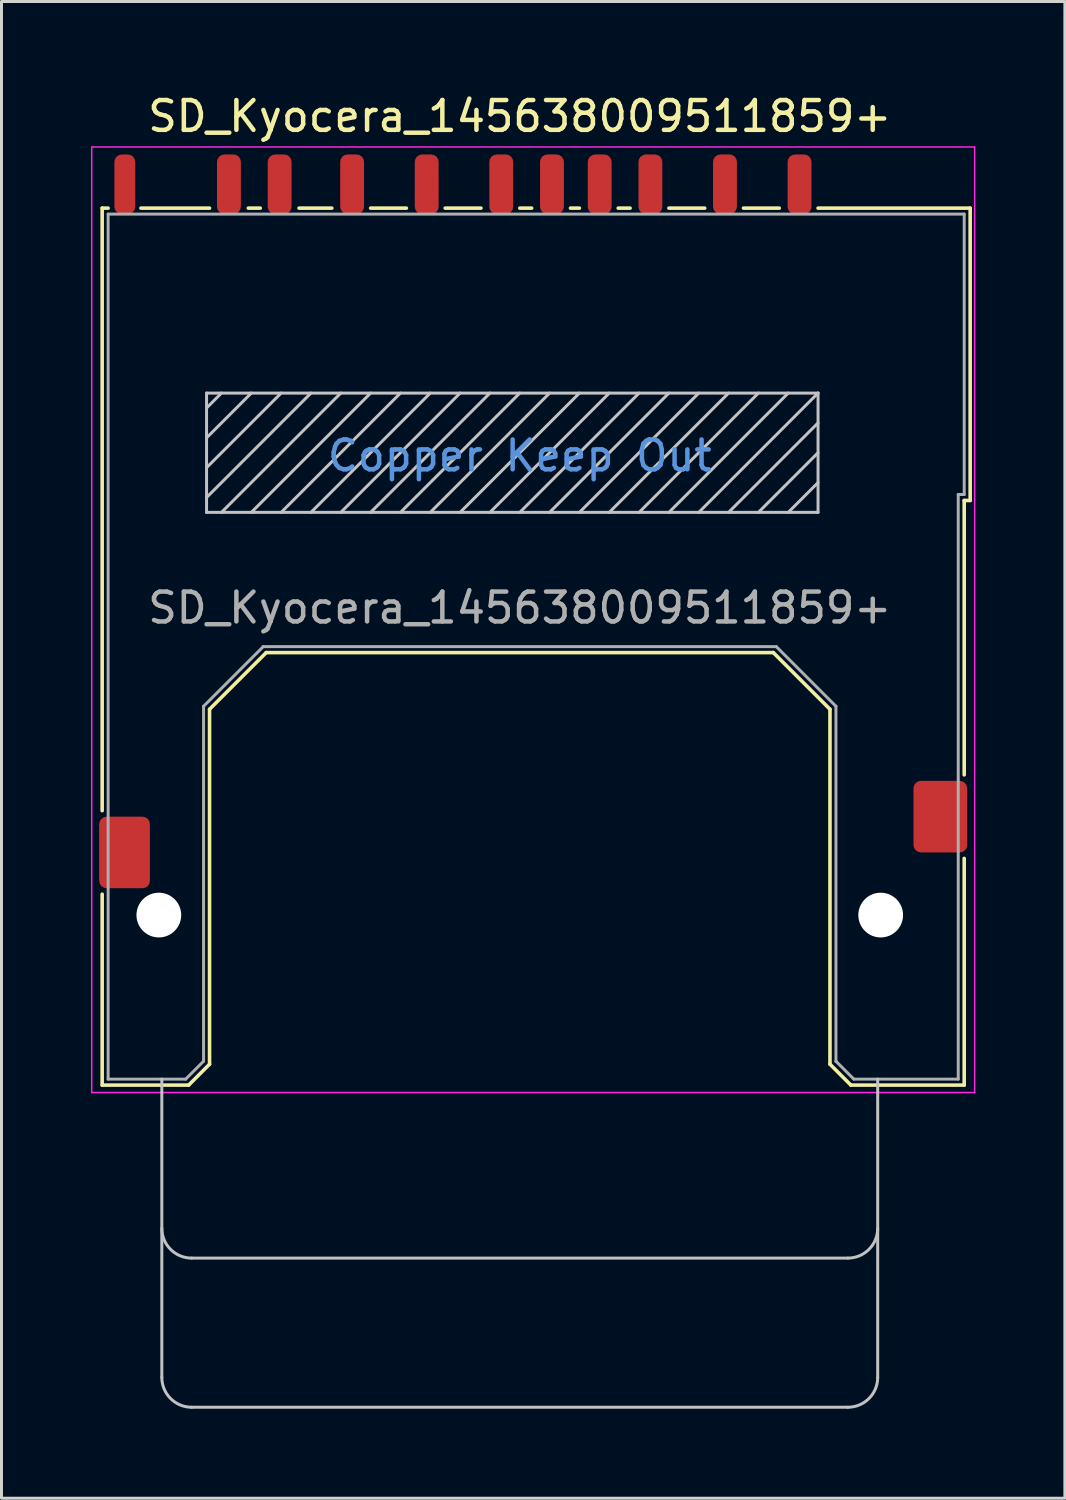
<source format=kicad_pcb>
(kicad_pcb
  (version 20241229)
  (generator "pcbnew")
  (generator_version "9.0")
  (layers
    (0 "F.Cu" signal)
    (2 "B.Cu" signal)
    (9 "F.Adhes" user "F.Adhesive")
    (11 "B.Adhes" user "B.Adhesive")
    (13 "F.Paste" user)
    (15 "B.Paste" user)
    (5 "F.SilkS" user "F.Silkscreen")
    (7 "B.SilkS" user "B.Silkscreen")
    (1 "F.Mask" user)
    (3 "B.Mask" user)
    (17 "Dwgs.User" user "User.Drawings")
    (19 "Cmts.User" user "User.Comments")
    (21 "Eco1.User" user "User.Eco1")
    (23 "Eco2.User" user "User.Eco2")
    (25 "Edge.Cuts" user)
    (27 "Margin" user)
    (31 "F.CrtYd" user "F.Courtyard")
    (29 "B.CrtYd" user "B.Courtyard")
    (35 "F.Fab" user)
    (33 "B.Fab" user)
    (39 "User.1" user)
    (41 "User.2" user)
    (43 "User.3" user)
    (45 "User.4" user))
  (footprint "SD_Kyocera_145638009511859+"
    (layer "F.Cu")
    (at 14.375 15.628)
    (property "Reference" "SD_Kyocera_145638009511859+" (at 0 -14.78 180) (layer "F.SilkS") (effects (font (size 1 1) (thickness 0.15))))
    (attr smd)
    (fp_line (start -14 -11.7) (end -14 8.5) (stroke (width 0.12) (type solid)) (layer "F.SilkS"))
    (fp_line (start -14 11.3) (end -14 17.7) (stroke (width 0.12) (type solid)) (layer "F.SilkS"))
    (fp_line (start -14 17.7) (end -11.1 17.7) (stroke (width 0.12) (type solid)) (layer "F.SilkS"))
    (fp_line (start -13.8 -11.7) (end -14 -11.7) (stroke (width 0.12) (type solid)) (layer "F.SilkS"))
    (fp_line (start -10.4 -11.7) (end -12.7 -11.7) (stroke (width 0.12) (type solid)) (layer "F.SilkS"))
    (fp_line (start -10.4 17) (end -11.1 17.7) (stroke (width 0.12) (type solid)) (layer "F.SilkS"))
    (fp_line (start -10.4 17) (end -10.4 5.1) (stroke (width 0.12) (type solid)) (layer "F.SilkS"))
    (fp_line (start -8.7 -11.7) (end -9.1 -11.7) (stroke (width 0.12) (type solid)) (layer "F.SilkS"))
    (fp_line (start -8.5 3.2) (end -10.4 5.1) (stroke (width 0.12) (type solid)) (layer "F.SilkS"))
    (fp_line (start -8.5 3.2) (end 8.5 3.2) (stroke (width 0.12) (type solid)) (layer "F.SilkS"))
    (fp_line (start -6.3 -11.7) (end -7.4 -11.7) (stroke (width 0.12) (type solid)) (layer "F.SilkS"))
    (fp_line (start -3.8 -11.7) (end -5 -11.7) (stroke (width 0.12) (type solid)) (layer "F.SilkS"))
    (fp_line (start -1.3 -11.7) (end -2.5 -11.7) (stroke (width 0.12) (type solid)) (layer "F.SilkS"))
    (fp_line (start 0.4 -11.7) (end 0 -11.7) (stroke (width 0.12) (type solid)) (layer "F.SilkS"))
    (fp_line (start 2 -11.7) (end 1.7 -11.7) (stroke (width 0.12) (type solid)) (layer "F.SilkS"))
    (fp_line (start 3.7 -11.7) (end 3.3 -11.7) (stroke (width 0.12) (type solid)) (layer "F.SilkS"))
    (fp_line (start 6.2 -11.7) (end 5 -11.7) (stroke (width 0.12) (type solid)) (layer "F.SilkS"))
    (fp_line (start 8.5 3.2) (end 10.4 5.1) (stroke (width 0.12) (type solid)) (layer "F.SilkS"))
    (fp_line (start 8.7 -11.7) (end 7.5 -11.7) (stroke (width 0.12) (type solid)) (layer "F.SilkS"))
    (fp_line (start 10.4 17) (end 10.4 5.1) (stroke (width 0.12) (type solid)) (layer "F.SilkS"))
    (fp_line (start 10.4 17) (end 11.1 17.7) (stroke (width 0.12) (type solid)) (layer "F.SilkS"))
    (fp_line (start 14.9 -1.9) (end 14.9 7.3) (stroke (width 0.12) (type solid)) (layer "F.SilkS"))
    (fp_line (start 14.9 -1.9) (end 15.1 -1.9) (stroke (width 0.12) (type solid)) (layer "F.SilkS"))
    (fp_line (start 14.9 10.1) (end 14.9 17.7) (stroke (width 0.12) (type solid)) (layer "F.SilkS"))
    (fp_line (start 14.9 17.7) (end 11.1 17.7) (stroke (width 0.12) (type solid)) (layer "F.SilkS"))
    (fp_line (start 15.1 -11.7) (end 10 -11.7) (stroke (width 0.12) (type solid)) (layer "F.SilkS"))
    (fp_line (start 15.1 -1.9) (end 15.1 -11.7) (stroke (width 0.12) (type solid)) (layer "F.SilkS"))
    (fp_line (start -12 17.5) (end -12 27.5) (stroke (width 0.1) (type solid)) (layer "Dwgs.User"))
    (fp_line (start -11 23.5) (end 11 23.5) (stroke (width 0.1) (type solid)) (layer "Dwgs.User"))
    (fp_line (start -11 28.5) (end 11 28.5) (stroke (width 0.1) (type solid)) (layer "Dwgs.User"))
    (fp_line (start -10.5 -5.5) (end 10 -5.5) (stroke (width 0.1) (type solid)) (layer "Dwgs.User"))
    (fp_line (start -10.5 -1.5) (end -10.5 -5.5) (stroke (width 0.1) (type solid)) (layer "Dwgs.User"))
    (fp_line (start -10 -5.5) (end -10.5 -5) (stroke (width 0.1) (type solid)) (layer "Dwgs.User"))
    (fp_line (start -9 -5.5) (end -10.5 -4) (stroke (width 0.1) (type solid)) (layer "Dwgs.User"))
    (fp_line (start -8 -5.5) (end -10.5 -3) (stroke (width 0.1) (type solid)) (layer "Dwgs.User"))
    (fp_line (start -7 -5.5) (end -10.5 -2) (stroke (width 0.1) (type solid)) (layer "Dwgs.User"))
    (fp_line (start -6 -5.5) (end -10 -1.5) (stroke (width 0.1) (type solid)) (layer "Dwgs.User"))
    (fp_line (start -5 -5.5) (end -9 -1.5) (stroke (width 0.1) (type solid)) (layer "Dwgs.User"))
    (fp_line (start -4 -5.5) (end -8 -1.5) (stroke (width 0.1) (type solid)) (layer "Dwgs.User"))
    (fp_line (start -3 -5.5) (end -7 -1.5) (stroke (width 0.1) (type solid)) (layer "Dwgs.User"))
    (fp_line (start -2 -5.5) (end -6 -1.5) (stroke (width 0.1) (type solid)) (layer "Dwgs.User"))
    (fp_line (start -1 -5.5) (end -5 -1.5) (stroke (width 0.1) (type solid)) (layer "Dwgs.User"))
    (fp_line (start 0 -5.5) (end -4 -1.5) (stroke (width 0.1) (type solid)) (layer "Dwgs.User"))
    (fp_line (start 1 -5.5) (end -3 -1.5) (stroke (width 0.1) (type solid)) (layer "Dwgs.User"))
    (fp_line (start 2 -5.5) (end -2 -1.5) (stroke (width 0.1) (type solid)) (layer "Dwgs.User"))
    (fp_line (start 3 -5.5) (end -1 -1.5) (stroke (width 0.1) (type solid)) (layer "Dwgs.User"))
    (fp_line (start 4 -5.5) (end 0 -1.5) (stroke (width 0.1) (type solid)) (layer "Dwgs.User"))
    (fp_line (start 5 -5.5) (end 1 -1.5) (stroke (width 0.1) (type solid)) (layer "Dwgs.User"))
    (fp_line (start 6 -5.5) (end 2 -1.5) (stroke (width 0.1) (type solid)) (layer "Dwgs.User"))
    (fp_line (start 7 -5.5) (end 3 -1.5) (stroke (width 0.1) (type solid)) (layer "Dwgs.User"))
    (fp_line (start 8 -5.5) (end 4 -1.5) (stroke (width 0.1) (type solid)) (layer "Dwgs.User"))
    (fp_line (start 9 -5.5) (end 5 -1.5) (stroke (width 0.1) (type solid)) (layer "Dwgs.User"))
    (fp_line (start 10 -5.5) (end 6 -1.5) (stroke (width 0.1) (type solid)) (layer "Dwgs.User"))
    (fp_line (start 10 -5.5) (end 10 -1.5) (stroke (width 0.1) (type solid)) (layer "Dwgs.User"))
    (fp_line (start 10 -4.5) (end 7 -1.5) (stroke (width 0.1) (type solid)) (layer "Dwgs.User"))
    (fp_line (start 10 -3.5) (end 8 -1.5) (stroke (width 0.1) (type solid)) (layer "Dwgs.User"))
    (fp_line (start 10 -2.5) (end 9 -1.5) (stroke (width 0.1) (type solid)) (layer "Dwgs.User"))
    (fp_line (start 10 -1.5) (end -10.5 -1.5) (stroke (width 0.1) (type solid)) (layer "Dwgs.User"))
    (fp_line (start 12 27.5) (end 12 17.5) (stroke (width 0.1) (type solid)) (layer "Dwgs.User"))
    (fp_arc (start -11 23.5) (mid -11.707107 23.207107) (end -12 22.5) (stroke (width 0.1) (type solid)) (layer "Dwgs.User"))
    (fp_arc (start -11 28.5) (mid -11.707107 28.207107) (end -12 27.5) (stroke (width 0.1) (type solid)) (layer "Dwgs.User"))
    (fp_arc (start 12 22.5) (mid 11.707107 23.207107) (end 11 23.5) (stroke (width 0.1) (type solid)) (layer "Dwgs.User"))
    (fp_arc (start 12 27.5) (mid 11.707107 28.207107) (end 11 28.5) (stroke (width 0.1) (type solid)) (layer "Dwgs.User"))
    (fp_line (start -14.35 -13.75) (end 15.25 -13.75) (stroke (width 0.05) (type solid)) (layer "F.CrtYd"))
    (fp_line (start -14.35 17.95) (end -14.35 -13.75) (stroke (width 0.05) (type solid)) (layer "F.CrtYd"))
    (fp_line (start 15.25 -13.75) (end 15.25 17.95) (stroke (width 0.05) (type solid)) (layer "F.CrtYd"))
    (fp_line (start 15.25 17.95) (end -14.35 17.95) (stroke (width 0.05) (type solid)) (layer "F.CrtYd"))
    (fp_line (start -13.8 -11.5) (end -13.8 17.5) (stroke (width 0.1) (type solid)) (layer "F.Fab"))
    (fp_line (start -13.8 17.5) (end -11.2 17.5) (stroke (width 0.1) (type solid)) (layer "F.Fab"))
    (fp_line (start -10.6 16.9) (end -11.2 17.5) (stroke (width 0.1) (type solid)) (layer "F.Fab"))
    (fp_line (start -10.6 16.9) (end -10.6 5) (stroke (width 0.1) (type solid)) (layer "F.Fab"))
    (fp_line (start -8.6 3) (end -10.6 5) (stroke (width 0.1) (type solid)) (layer "F.Fab"))
    (fp_line (start -8.6 3) (end 8.6 3) (stroke (width 0.1) (type solid)) (layer "F.Fab"))
    (fp_line (start 10.6 5) (end 8.6 3) (stroke (width 0.1) (type solid)) (layer "F.Fab"))
    (fp_line (start 10.6 5) (end 10.6 16.9) (stroke (width 0.1) (type solid)) (layer "F.Fab"))
    (fp_line (start 11.2 17.5) (end 10.6 16.9) (stroke (width 0.1) (type solid)) (layer "F.Fab"))
    (fp_line (start 11.2 17.5) (end 14.7 17.5) (stroke (width 0.1) (type solid)) (layer "F.Fab"))
    (fp_line (start 14.7 -2.1) (end 14.9 -2.1) (stroke (width 0.1) (type solid)) (layer "F.Fab"))
    (fp_line (start 14.7 17.5) (end 14.7 -2.1) (stroke (width 0.1) (type solid)) (layer "F.Fab"))
    (fp_line (start 14.9 -11.5) (end -13.8 -11.5) (stroke (width 0.1) (type solid)) (layer "F.Fab"))
    (fp_line (start 14.9 -2.1) (end 14.9 -11.5) (stroke (width 0.1) (type solid)) (layer "F.Fab"))
    (fp_text user "Copper Keep Out" (at 0 -3.4 180) (layer "Cmts.User") (effects (font (size 1 1) (thickness 0.15))))
    (fp_text user "${REFERENCE}" (at 0 1.7 180) (layer "F.Fab") (effects (font (size 1 1) (thickness 0.15))))
    (pad "" np_thru_hole circle (at -12.1 12 180) (size 1.5 1.5) (drill 1.5) (layers "*.Cu" "*.Mask"))
    (pad "" np_thru_hole circle (at 12.1 12 180) (size 1.5 1.5) (drill 1.5) (layers "*.Cu" "*.Mask"))
    (pad "1" smd roundrect (at 6.88 -12.5) (size 0.8 2) (layers "F.Cu" "F.Mask" "F.Paste") (roundrect_rratio 0.313))
    (pad "2" smd roundrect (at 4.38 -12.5) (size 0.8 2) (layers "F.Cu" "F.Mask" "F.Paste") (roundrect_rratio 0.313))
    (pad "3" smd roundrect (at 1.08 -12.5) (size 0.8 2) (layers "F.Cu" "F.Mask" "F.Paste") (roundrect_rratio 0.313))
    (pad "4" smd roundrect (at -0.62 -12.5) (size 0.8 2) (layers "F.Cu" "F.Mask" "F.Paste") (roundrect_rratio 0.313))
    (pad "5" smd roundrect (at -3.12 -12.5) (size 0.8 2) (layers "F.Cu" "F.Mask" "F.Paste") (roundrect_rratio 0.313))
    (pad "6" smd roundrect (at -5.62 -12.5) (size 0.8 2) (layers "F.Cu" "F.Mask" "F.Paste") (roundrect_rratio 0.313))
    (pad "7" smd roundrect (at -8.05 -12.5) (size 0.8 2) (layers "F.Cu" "F.Mask" "F.Paste") (roundrect_rratio 0.313))
    (pad "8" smd roundrect (at -9.75 -12.5) (size 0.8 2) (layers "F.Cu" "F.Mask" "F.Paste") (roundrect_rratio 0.313))
    (pad "9" smd roundrect (at 9.38 -12.5) (size 0.8 2) (layers "F.Cu" "F.Mask" "F.Paste") (roundrect_rratio 0.313))
    (pad "10" smd roundrect (at 2.68 -12.5) (size 0.8 2) (layers "F.Cu" "F.Mask" "F.Paste") (roundrect_rratio 0.313))
    (pad "11" smd roundrect (at -13.24 -12.5) (size 0.7 2) (layers "F.Cu" "F.Mask" "F.Paste") (roundrect_rratio 0.357))
    (pad "12" smd roundrect (at 14.1 8.7) (size 1.8 2.4) (layers "F.Cu" "F.Mask" "F.Paste") (roundrect_rratio 0.139))
    (pad "13" smd roundrect (at -13.25 9.9) (size 1.7 2.4) (layers "F.Cu" "F.Mask" "F.Paste") (roundrect_rratio 0.147)))
  (gr_rect
    (start -3 -3)
    (end 32.65 47.178)
    (stroke (width 0.1) (type default))
    (fill no)
    (layer "Edge.Cuts")))
</source>
